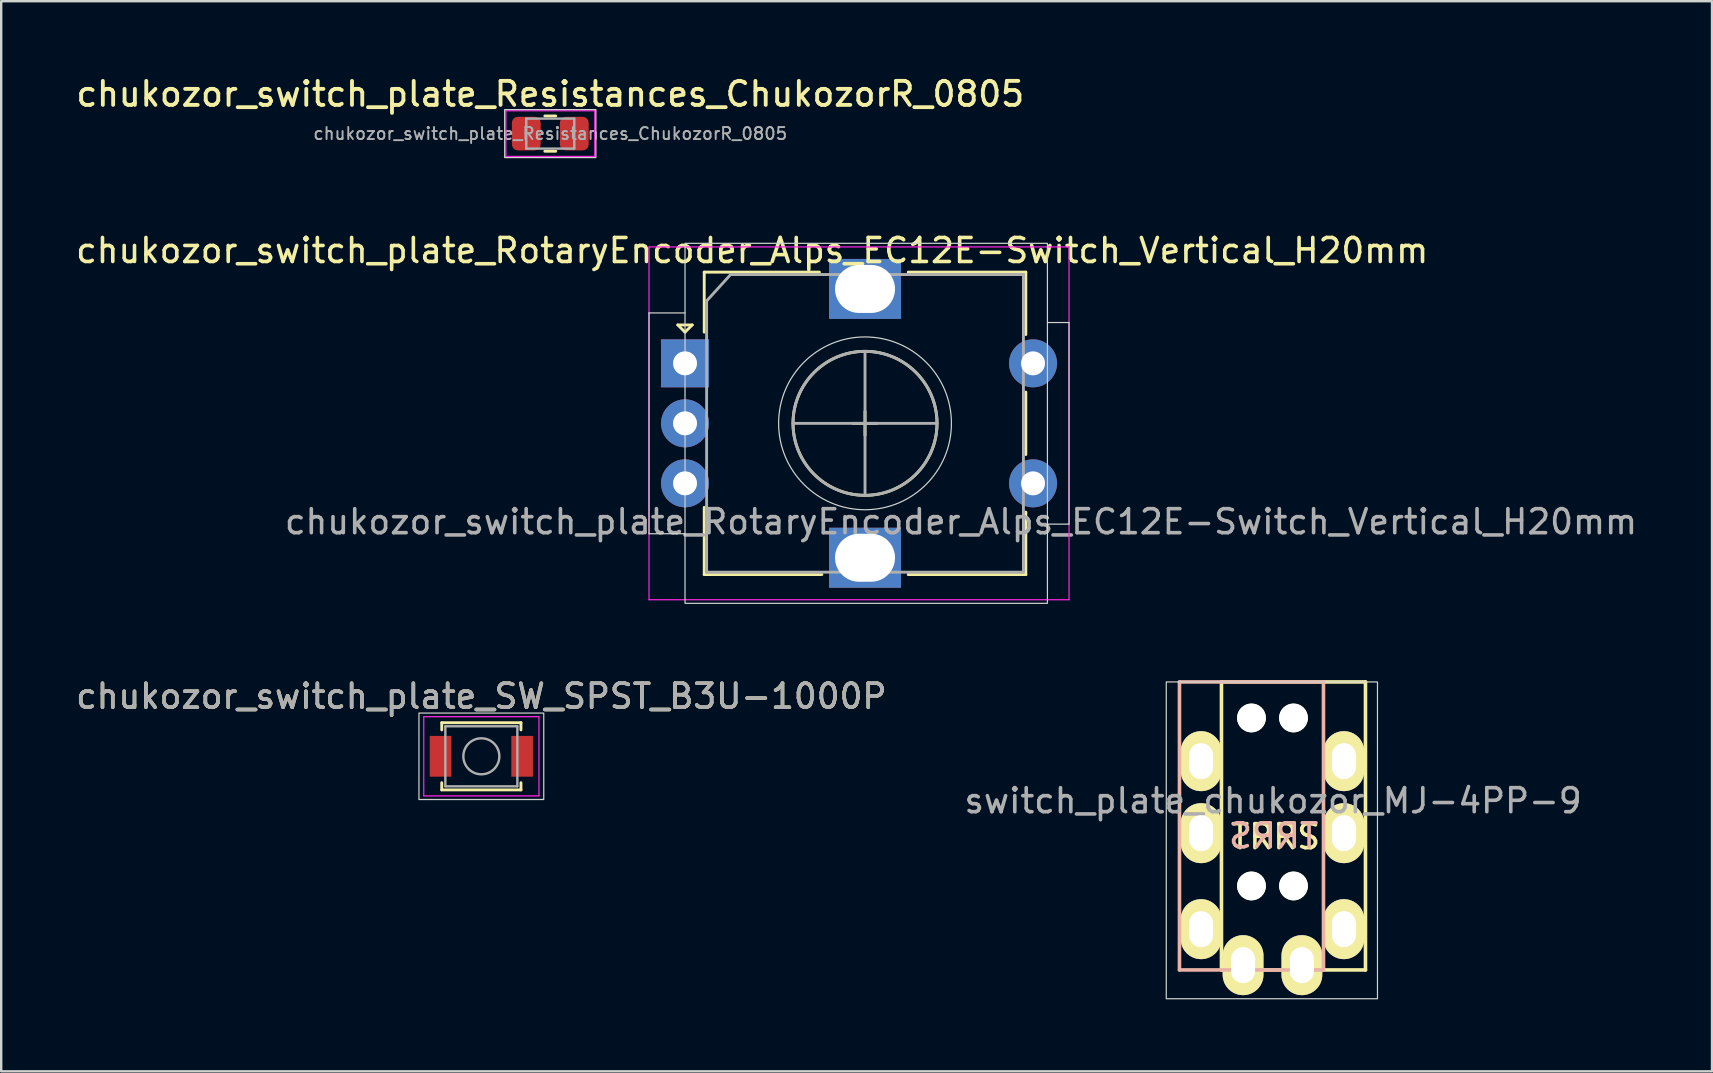
<source format=kicad_pcb>
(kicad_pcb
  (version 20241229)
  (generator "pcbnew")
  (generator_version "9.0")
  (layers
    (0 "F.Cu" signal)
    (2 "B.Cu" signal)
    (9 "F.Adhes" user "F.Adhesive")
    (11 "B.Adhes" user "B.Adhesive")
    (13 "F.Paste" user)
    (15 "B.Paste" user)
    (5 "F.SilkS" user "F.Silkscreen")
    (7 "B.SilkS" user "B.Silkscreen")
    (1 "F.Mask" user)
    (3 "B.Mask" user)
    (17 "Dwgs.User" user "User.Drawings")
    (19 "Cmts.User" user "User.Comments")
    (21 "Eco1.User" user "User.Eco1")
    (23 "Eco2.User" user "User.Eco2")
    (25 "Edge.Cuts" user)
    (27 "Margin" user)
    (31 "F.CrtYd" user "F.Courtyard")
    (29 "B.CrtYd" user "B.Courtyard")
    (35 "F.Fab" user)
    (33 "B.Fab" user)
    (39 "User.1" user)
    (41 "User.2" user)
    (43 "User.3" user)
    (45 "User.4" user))
  (footprint "switch_plate_chukozor_MJ-4PP-9"
    (layer "F.Cu")
    (at 50.844 25.364)
    (property "Reference" "switch_plate_chukozor_MJ-4PP-9" (at -0.85 4.95 0) (layer "F.Fab") (effects (font (size 1 1) (thickness 0.15))))
    (attr through_hole)
    (fp_line (start -3 0) (end 3 0) (stroke (width 0.15) (type solid)) (layer "F.SilkS"))
    (fp_line (start -3 12) (end -3 0) (stroke (width 0.15) (type solid)) (layer "F.SilkS"))
    (fp_line (start 3 0) (end 3 12) (stroke (width 0.15) (type solid)) (layer "F.SilkS"))
    (fp_line (start 3 12) (end -3 12) (stroke (width 0.15) (type solid)) (layer "F.SilkS"))
    (fp_line (start -4.75 0) (end 1.25 0) (stroke (width 0.15) (type solid)) (layer "B.SilkS"))
    (fp_line (start -4.75 12) (end -4.75 0) (stroke (width 0.15) (type solid)) (layer "B.SilkS"))
    (fp_line (start 1.25 0) (end 1.25 12) (stroke (width 0.15) (type solid)) (layer "B.SilkS"))
    (fp_line (start 1.25 12) (end -4.75 12) (stroke (width 0.15) (type solid)) (layer "B.SilkS"))
    (fp_rect (start -5.3 0) (end 3.5 13.2) (stroke (width 0.05) (type default)) (fill no) (layer "Edge.Cuts"))
    (fp_text user "TRRS" (at -0.75 6.45 0) (layer "F.SilkS") (effects (font (size 1 1) (thickness 0.15))))
    (fp_text user "TRRS" (at -0.826 6.413 0) (layer "B.SilkS") (effects (font (size 1 1) (thickness 0.15)) (justify mirror)))
    (pad "" np_thru_hole circle (at -1.75 1.5) (size 1.2 1.2) (drill 1.2) (layers "*.Cu" "*.Mask" "F.SilkS"))
    (pad "" np_thru_hole circle (at -1.75 8.5) (size 1.2 1.2) (drill 1.2) (layers "*.Cu" "*.Mask" "F.SilkS"))
    (pad "" np_thru_hole circle (at 0 1.5) (size 1.2 1.2) (drill 1.2) (layers "*.Cu" "*.Mask" "F.SilkS"))
    (pad "" np_thru_hole circle (at 0 8.5) (size 1.2 1.2) (drill 1.2) (layers "*.Cu" "*.Mask" "F.SilkS"))
    (pad "A" thru_hole oval (at -2.1 11.8) (size 1.7 2.5) (drill oval 1 1.5) (layers "*.Cu" "*.Mask" "F.SilkS"))
    (pad "A" thru_hole oval (at 0.35 11.8) (size 1.7 2.5) (drill oval 1 1.5) (layers "*.Cu" "*.Mask" "F.SilkS"))
    (pad "B" thru_hole oval (at -3.85 3.3) (size 1.7 2.5) (drill oval 1 1.5) (layers "*.Cu" "*.Mask" "F.SilkS"))
    (pad "B" thru_hole oval (at 2.1 3.3) (size 1.7 2.5) (drill oval 1 1.5) (layers "*.Cu" "*.Mask" "F.SilkS"))
    (pad "C" thru_hole oval (at -3.85 6.3) (size 1.7 2.5) (drill oval 1 1.5) (layers "*.Cu" "*.Mask" "F.SilkS"))
    (pad "C" thru_hole oval (at 2.1 6.3) (size 1.7 2.5) (drill oval 1 1.5) (layers "*.Cu" "*.Mask" "F.SilkS"))
    (pad "D" thru_hole oval (at -3.85 10.3) (size 1.7 2.5) (drill oval 1 1.5) (layers "*.Cu" "*.Mask" "F.SilkS"))
    (pad "D" thru_hole oval (at 2.1 10.3) (size 1.7 2.5) (drill oval 1 1.5) (layers "*.Cu" "*.Mask" "F.SilkS")))
  (footprint "chukozor_switch_plate_SW_SPST_B3U-1000P"
    (layer "F.Cu")
    (at 17.006 28.462)
    (property "Reference" "chukozor_switch_plate_SW_SPST_B3U-1000P" (at 0 -2.5 0) (layer "F.SilkS") (effects (font (size 1 1) (thickness 0.15))))
    (attr smd)
    (fp_line (start -1.65 -1.4) (end 1.65 -1.4) (stroke (width 0.12) (type solid)) (layer "F.SilkS"))
    (fp_line (start -1.65 -1.1) (end -1.65 -1.4) (stroke (width 0.12) (type solid)) (layer "F.SilkS"))
    (fp_line (start -1.65 1.1) (end -1.65 1.4) (stroke (width 0.12) (type solid)) (layer "F.SilkS"))
    (fp_line (start -1.65 1.4) (end 1.65 1.4) (stroke (width 0.12) (type solid)) (layer "F.SilkS"))
    (fp_line (start 1.65 -1.4) (end 1.65 -1.1) (stroke (width 0.12) (type solid)) (layer "F.SilkS"))
    (fp_line (start 1.65 1.4) (end 1.65 1.1) (stroke (width 0.12) (type solid)) (layer "F.SilkS"))
    (fp_rect (start -2.6 -1.8) (end 2.6 1.8) (stroke (width 0.05) (type default)) (fill no) (layer "Edge.Cuts"))
    (fp_line (start -2.4 -1.65) (end -2.4 1.65) (stroke (width 0.05) (type solid)) (layer "F.CrtYd"))
    (fp_line (start -2.4 1.65) (end 2.4 1.65) (stroke (width 0.05) (type solid)) (layer "F.CrtYd"))
    (fp_line (start 2.4 -1.65) (end -2.4 -1.65) (stroke (width 0.05) (type solid)) (layer "F.CrtYd"))
    (fp_line (start 2.4 1.65) (end 2.4 -1.65) (stroke (width 0.05) (type solid)) (layer "F.CrtYd"))
    (fp_line (start -1.5 -1.25) (end 1.5 -1.25) (stroke (width 0.1) (type solid)) (layer "F.Fab"))
    (fp_line (start -1.5 1.25) (end -1.5 -1.25) (stroke (width 0.1) (type solid)) (layer "F.Fab"))
    (fp_line (start 1.5 -1.25) (end 1.5 1.25) (stroke (width 0.1) (type solid)) (layer "F.Fab"))
    (fp_line (start 1.5 1.25) (end -1.5 1.25) (stroke (width 0.1) (type solid)) (layer "F.Fab"))
    (fp_circle (center 0 0) (end 0.75 0) (stroke (width 0.1) (type solid)) (fill no) (layer "F.Fab"))
    (fp_text user "${REFERENCE}" (at 0 -2.5 0) (layer "F.Fab") (effects (font (size 1 1) (thickness 0.15))))
    (pad "1" smd rect (at -1.7 0) (size 0.9 1.7) (layers "F.Cu" "F.Mask" "F.Paste"))
    (pad "2" smd rect (at 1.7 0) (size 0.9 1.7) (layers "F.Cu" "F.Mask" "F.Paste")))
  (footprint "chukozor_switch_plate_RotaryEncoder_Alps_EC12E-Switch_Vertical_H20mm"
    (layer "F.Cu")
    (at 25.492 12.089)
    (property "Reference" "chukozor_switch_plate_RotaryEncoder_Alps_EC12E-Switch_Vertical_H20mm" (at 2.8 -4.7 0) (layer "F.SilkS") (effects (font (size 1 1) (thickness 0.15))))
    (attr through_hole)
    (fp_line (start -0.3 -1.6) (end 0.3 -1.6) (stroke (width 0.12) (type solid)) (layer "F.SilkS"))
    (fp_line (start 0 -1.3) (end -0.3 -1.6) (stroke (width 0.12) (type solid)) (layer "F.SilkS"))
    (fp_line (start 0.3 -1.6) (end 0 -1.3) (stroke (width 0.12) (type solid)) (layer "F.SilkS"))
    (fp_line (start 0.8 -3.8) (end 0.8 -1.3) (stroke (width 0.12) (type solid)) (layer "F.SilkS"))
    (fp_line (start 0.8 8.8) (end 0.8 6) (stroke (width 0.12) (type solid)) (layer "F.SilkS"))
    (fp_line (start 5.6 -3.8) (end 0.8 -3.8) (stroke (width 0.12) (type solid)) (layer "F.SilkS"))
    (fp_line (start 5.7 8.8) (end 0.8 8.8) (stroke (width 0.12) (type solid)) (layer "F.SilkS"))
    (fp_line (start 7 2.5) (end 8 2.5) (stroke (width 0.12) (type solid)) (layer "F.SilkS"))
    (fp_line (start 7.5 2) (end 7.5 3) (stroke (width 0.12) (type solid)) (layer "F.SilkS"))
    (fp_line (start 9.3 -3.8) (end 14.2 -3.8) (stroke (width 0.12) (type solid)) (layer "F.SilkS"))
    (fp_line (start 14.2 -3.8) (end 14.2 -1.2) (stroke (width 0.12) (type solid)) (layer "F.SilkS"))
    (fp_line (start 14.2 1.2) (end 14.2 3.8) (stroke (width 0.12) (type solid)) (layer "F.SilkS"))
    (fp_line (start 14.2 6.2) (end 14.2 8.8) (stroke (width 0.12) (type solid)) (layer "F.SilkS"))
    (fp_line (start 14.2 8.8) (end 9.3 8.8) (stroke (width 0.12) (type solid)) (layer "F.SilkS"))
    (fp_circle (center 7.5 2.5) (end 10.5 2.5) (stroke (width 0.12) (type solid)) (fill no) (layer "F.SilkS"))
    (fp_line (start -1.5 -2.1) (end -1.5 7.1) (stroke (width 0.05) (type default)) (layer "Edge.Cuts"))
    (fp_line (start -1.5 7.1) (end 0 7.1) (stroke (width 0.05) (type default)) (layer "Edge.Cuts"))
    (fp_line (start 0 -2.1) (end -1.5 -2.1) (stroke (width 0.05) (type default)) (layer "Edge.Cuts"))
    (fp_line (start 15.1 -1.7) (end 16 -1.7) (stroke (width 0.05) (type default)) (layer "Edge.Cuts"))
    (fp_line (start 16 -1.7) (end 16 6.7) (stroke (width 0.05) (type default)) (layer "Edge.Cuts"))
    (fp_line (start 16 6.7) (end 15.1 6.7) (stroke (width 0.05) (type default)) (layer "Edge.Cuts"))
    (fp_rect (start 0 -5) (end 15.1 10) (stroke (width 0.05) (type default)) (fill no) (layer "Edge.Cuts"))
    (fp_circle (center 7.5 2.5) (end 7.5 6.1) (stroke (width 0.05) (type default)) (fill no) (layer "Edge.Cuts"))
    (fp_line (start -1.5 -4.85) (end -1.5 9.85) (stroke (width 0.05) (type solid)) (layer "F.CrtYd"))
    (fp_line (start -1.5 -4.85) (end 16 -4.85) (stroke (width 0.05) (type solid)) (layer "F.CrtYd"))
    (fp_line (start 16 9.85) (end -1.5 9.85) (stroke (width 0.05) (type solid)) (layer "F.CrtYd"))
    (fp_line (start 16 9.85) (end 16 -4.85) (stroke (width 0.05) (type solid)) (layer "F.CrtYd"))
    (fp_line (start 0.9 -2.6) (end 1.9 -3.7) (stroke (width 0.12) (type solid)) (layer "F.Fab"))
    (fp_line (start 0.9 8.7) (end 0.9 -2.6) (stroke (width 0.12) (type solid)) (layer "F.Fab"))
    (fp_line (start 1.9 -3.7) (end 14.1 -3.7) (stroke (width 0.12) (type solid)) (layer "F.Fab"))
    (fp_line (start 4.5 2.5) (end 10.5 2.5) (stroke (width 0.12) (type solid)) (layer "F.Fab"))
    (fp_line (start 7.5 -0.5) (end 7.5 5.5) (stroke (width 0.12) (type solid)) (layer "F.Fab"))
    (fp_line (start 14.1 -3.7) (end 14.1 8.7) (stroke (width 0.12) (type solid)) (layer "F.Fab"))
    (fp_line (start 14.1 8.7) (end 0.9 8.7) (stroke (width 0.12) (type solid)) (layer "F.Fab"))
    (fp_circle (center 7.5 2.5) (end 10.5 2.5) (stroke (width 0.12) (type solid)) (fill no) (layer "F.Fab"))
    (fp_text user "${REFERENCE}" (at 11.5 6.6 0) (layer "F.Fab") (effects (font (size 1 1) (thickness 0.15))))
    (pad "A" thru_hole rect (at 0 0) (size 2 2) (drill 1) (layers "*.Cu" "*.Mask"))
    (pad "B" thru_hole circle (at 0 5) (size 2 2) (drill 1) (layers "*.Cu" "*.Mask"))
    (pad "C" thru_hole circle (at 0 2.5) (size 2 2) (drill 1) (layers "*.Cu" "*.Mask"))
    (pad "MP" thru_hole rect (at 7.5 -3.1) (size 3 2.5) (drill oval 2.5 2) (layers "*.Cu" "*.Mask"))
    (pad "MP" thru_hole rect (at 7.5 8.1) (size 3 2.5) (drill oval 2.5 2) (layers "*.Cu" "*.Mask"))
    (pad "S1" thru_hole circle (at 14.5 0) (size 2 2) (drill 1) (layers "*.Cu" "*.Mask"))
    (pad "S2" thru_hole circle (at 14.5 5) (size 2 2) (drill 1) (layers "*.Cu" "*.Mask")))
  (footprint "chukozor_switch_plate_Resistances_ChukozorR_0805"
    (layer "F.Cu")
    (at 19.878 2.516)
    (property "Reference" "chukozor_switch_plate_Resistances_ChukozorR_0805" (at 0 -1.65 0) (layer "F.SilkS") (effects (font (size 1 1) (thickness 0.16))))
    (attr smd)
    (fp_line (start -0.227 -0.735) (end 0.227 -0.735) (stroke (width 0.12) (type solid)) (layer "F.SilkS"))
    (fp_line (start -0.227 0.735) (end 0.227 0.735) (stroke (width 0.12) (type solid)) (layer "F.SilkS"))
    (fp_rect (start -1.9 -1) (end 1.9 1) (stroke (width 0.05) (type default)) (fill no) (layer "Edge.Cuts"))
    (fp_line (start -1.85 -0.95) (end 1.85 -0.95) (stroke (width 0.05) (type solid)) (layer "F.CrtYd"))
    (fp_line (start -1.85 0.95) (end -1.85 -0.95) (stroke (width 0.05) (type solid)) (layer "F.CrtYd"))
    (fp_line (start 1.85 -0.95) (end 1.85 0.95) (stroke (width 0.05) (type solid)) (layer "F.CrtYd"))
    (fp_line (start 1.85 0.95) (end -1.85 0.95) (stroke (width 0.05) (type solid)) (layer "F.CrtYd"))
    (fp_line (start -1 -0.625) (end 1 -0.625) (stroke (width 0.1) (type solid)) (layer "F.Fab"))
    (fp_line (start -1 0.625) (end -1 -0.625) (stroke (width 0.1) (type solid)) (layer "F.Fab"))
    (fp_line (start 1 -0.625) (end 1 0.625) (stroke (width 0.1) (type solid)) (layer "F.Fab"))
    (fp_line (start 1 0.625) (end -1 0.625) (stroke (width 0.1) (type solid)) (layer "F.Fab"))
    (fp_text user "${REFERENCE}" (at 0 0 0) (layer "F.Fab") (effects (font (size 0.5 0.5) (thickness 0.08))))
    (pad "1" smd roundrect (at -1 0) (size 1.2 1.4) (layers "F.Cu" "F.Mask" "F.Paste") (roundrect_rratio 0.208))
    (pad "2" smd roundrect (at 1 0) (size 1.2 1.4) (layers "F.Cu" "F.Mask" "F.Paste") (roundrect_rratio 0.208)))
  (gr_rect
    (start -3 -3)
    (end 68.283 41.589)
    (stroke (width 0.1) (type default))
    (fill no)
    (layer "Edge.Cuts")))
</source>
